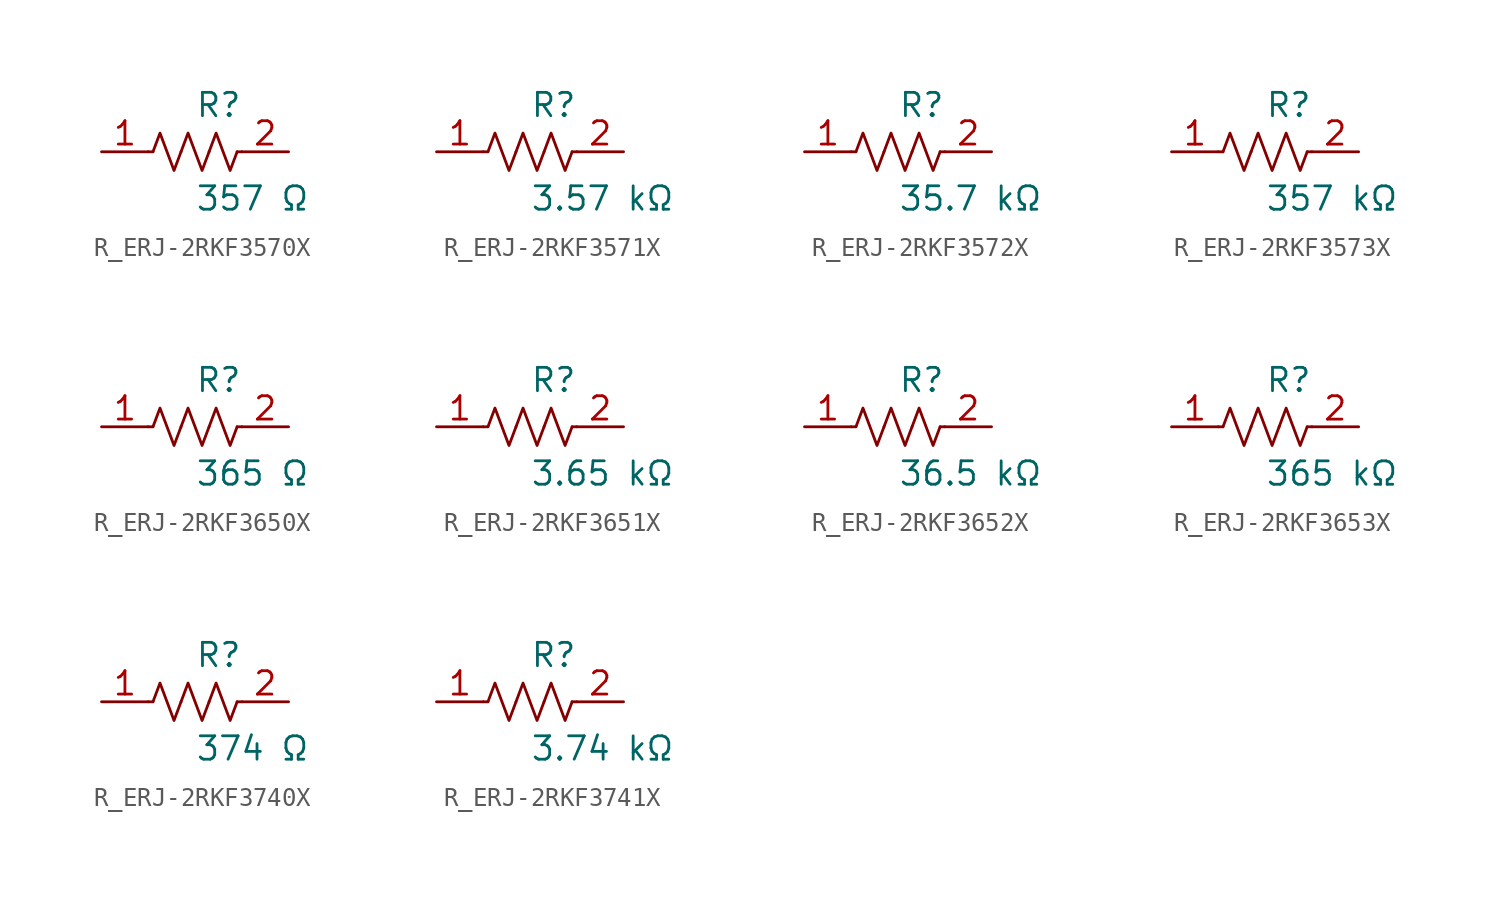
<source format=kicad_sym>
(kicad_symbol_lib
  (version 20231120)
  (generator kicad_symbol_editor)
  (generator_version 8.0)
  (symbol "R_ERJ-2RKF3570X"
    (pin_names
      (offset 0.254))
    (property "Reference" "R"
      (at 0 2.54 0)
      (effects (font (size 1.27 1.27)) (justify left)))
    (property "Value" "357 Ω"
      (at 0 -2.54 0)
      (effects (font (size 1.27 1.27)) (justify left)))
    (symbol "R_ERJ-2RKF3570X_0_1"
      (polyline (pts (xy 2.286 0) (xy 2.54 0)) (stroke (width 0) (type default)) (fill (type none)))
      (polyline (pts (xy -2.286 0) (xy -2.54 0)) (stroke (width 0) (type default)) (fill (type none)))
      (polyline (pts (xy 0.762 0) (xy 1.143 1.016) (xy 1.524 0) (xy 1.905 -1.016) (xy 2.286 0)) (stroke (width 0) (type default)) (fill (type none)))
      (polyline (pts (xy -0.762 0) (xy -0.381 1.016) (xy 0 0) (xy 0.381 -1.016) (xy 0.762 0)) (stroke (width 0) (type default)) (fill (type none)))
      (polyline (pts (xy -2.286 0) (xy -1.905 1.016) (xy -1.524 0) (xy -1.143 -1.016) (xy -0.762 0)) (stroke (width 0) (type default)) (fill (type none))))
    (pin unspecified line
      (at -5.08 0 0)
      (length 2.54)
      (name "" (effects (font (size 1.27 1.27))))
      (number "1" (effects (font (size 1.27 1.27)))))
    (pin unspecified line
      (at 5.08 0 180)
      (length 2.54)
      (name "" (effects (font (size 1.27 1.27))))
      (number "2" (effects (font (size 1.27 1.27))))))
  (symbol "R_ERJ-2RKF3571X"
    (pin_names
      (offset 0.254))
    (property "Reference" "R"
      (at 0 2.54 0)
      (effects (font (size 1.27 1.27)) (justify left)))
    (property "Value" "3.57 kΩ"
      (at 0 -2.54 0)
      (effects (font (size 1.27 1.27)) (justify left)))
    (symbol "R_ERJ-2RKF3571X_0_1"
      (polyline (pts (xy 2.286 0) (xy 2.54 0)) (stroke (width 0) (type default)) (fill (type none)))
      (polyline (pts (xy -2.286 0) (xy -2.54 0)) (stroke (width 0) (type default)) (fill (type none)))
      (polyline (pts (xy 0.762 0) (xy 1.143 1.016) (xy 1.524 0) (xy 1.905 -1.016) (xy 2.286 0)) (stroke (width 0) (type default)) (fill (type none)))
      (polyline (pts (xy -0.762 0) (xy -0.381 1.016) (xy 0 0) (xy 0.381 -1.016) (xy 0.762 0)) (stroke (width 0) (type default)) (fill (type none)))
      (polyline (pts (xy -2.286 0) (xy -1.905 1.016) (xy -1.524 0) (xy -1.143 -1.016) (xy -0.762 0)) (stroke (width 0) (type default)) (fill (type none))))
    (pin unspecified line
      (at -5.08 0 0)
      (length 2.54)
      (name "" (effects (font (size 1.27 1.27))))
      (number "1" (effects (font (size 1.27 1.27)))))
    (pin unspecified line
      (at 5.08 0 180)
      (length 2.54)
      (name "" (effects (font (size 1.27 1.27))))
      (number "2" (effects (font (size 1.27 1.27))))))
  (symbol "R_ERJ-2RKF3572X"
    (pin_names
      (offset 0.254))
    (property "Reference" "R"
      (at 0 2.54 0)
      (effects (font (size 1.27 1.27)) (justify left)))
    (property "Value" "35.7 kΩ"
      (at 0 -2.54 0)
      (effects (font (size 1.27 1.27)) (justify left)))
    (symbol "R_ERJ-2RKF3572X_0_1"
      (polyline (pts (xy 2.286 0) (xy 2.54 0)) (stroke (width 0) (type default)) (fill (type none)))
      (polyline (pts (xy -2.286 0) (xy -2.54 0)) (stroke (width 0) (type default)) (fill (type none)))
      (polyline (pts (xy 0.762 0) (xy 1.143 1.016) (xy 1.524 0) (xy 1.905 -1.016) (xy 2.286 0)) (stroke (width 0) (type default)) (fill (type none)))
      (polyline (pts (xy -0.762 0) (xy -0.381 1.016) (xy 0 0) (xy 0.381 -1.016) (xy 0.762 0)) (stroke (width 0) (type default)) (fill (type none)))
      (polyline (pts (xy -2.286 0) (xy -1.905 1.016) (xy -1.524 0) (xy -1.143 -1.016) (xy -0.762 0)) (stroke (width 0) (type default)) (fill (type none))))
    (pin unspecified line
      (at -5.08 0 0)
      (length 2.54)
      (name "" (effects (font (size 1.27 1.27))))
      (number "1" (effects (font (size 1.27 1.27)))))
    (pin unspecified line
      (at 5.08 0 180)
      (length 2.54)
      (name "" (effects (font (size 1.27 1.27))))
      (number "2" (effects (font (size 1.27 1.27))))))
  (symbol "R_ERJ-2RKF3573X"
    (pin_names
      (offset 0.254))
    (property "Reference" "R"
      (at 0 2.54 0)
      (effects (font (size 1.27 1.27)) (justify left)))
    (property "Value" "357 kΩ"
      (at 0 -2.54 0)
      (effects (font (size 1.27 1.27)) (justify left)))
    (symbol "R_ERJ-2RKF3573X_0_1"
      (polyline (pts (xy 2.286 0) (xy 2.54 0)) (stroke (width 0) (type default)) (fill (type none)))
      (polyline (pts (xy -2.286 0) (xy -2.54 0)) (stroke (width 0) (type default)) (fill (type none)))
      (polyline (pts (xy 0.762 0) (xy 1.143 1.016) (xy 1.524 0) (xy 1.905 -1.016) (xy 2.286 0)) (stroke (width 0) (type default)) (fill (type none)))
      (polyline (pts (xy -0.762 0) (xy -0.381 1.016) (xy 0 0) (xy 0.381 -1.016) (xy 0.762 0)) (stroke (width 0) (type default)) (fill (type none)))
      (polyline (pts (xy -2.286 0) (xy -1.905 1.016) (xy -1.524 0) (xy -1.143 -1.016) (xy -0.762 0)) (stroke (width 0) (type default)) (fill (type none))))
    (pin unspecified line
      (at -5.08 0 0)
      (length 2.54)
      (name "" (effects (font (size 1.27 1.27))))
      (number "1" (effects (font (size 1.27 1.27)))))
    (pin unspecified line
      (at 5.08 0 180)
      (length 2.54)
      (name "" (effects (font (size 1.27 1.27))))
      (number "2" (effects (font (size 1.27 1.27))))))
  (symbol "R_ERJ-2RKF3650X"
    (pin_names
      (offset 0.254))
    (property "Reference" "R"
      (at 0 2.54 0)
      (effects (font (size 1.27 1.27)) (justify left)))
    (property "Value" "365 Ω"
      (at 0 -2.54 0)
      (effects (font (size 1.27 1.27)) (justify left)))
    (symbol "R_ERJ-2RKF3650X_0_1"
      (polyline (pts (xy 2.286 0) (xy 2.54 0)) (stroke (width 0) (type default)) (fill (type none)))
      (polyline (pts (xy -2.286 0) (xy -2.54 0)) (stroke (width 0) (type default)) (fill (type none)))
      (polyline (pts (xy 0.762 0) (xy 1.143 1.016) (xy 1.524 0) (xy 1.905 -1.016) (xy 2.286 0)) (stroke (width 0) (type default)) (fill (type none)))
      (polyline (pts (xy -0.762 0) (xy -0.381 1.016) (xy 0 0) (xy 0.381 -1.016) (xy 0.762 0)) (stroke (width 0) (type default)) (fill (type none)))
      (polyline (pts (xy -2.286 0) (xy -1.905 1.016) (xy -1.524 0) (xy -1.143 -1.016) (xy -0.762 0)) (stroke (width 0) (type default)) (fill (type none))))
    (pin unspecified line
      (at -5.08 0 0)
      (length 2.54)
      (name "" (effects (font (size 1.27 1.27))))
      (number "1" (effects (font (size 1.27 1.27)))))
    (pin unspecified line
      (at 5.08 0 180)
      (length 2.54)
      (name "" (effects (font (size 1.27 1.27))))
      (number "2" (effects (font (size 1.27 1.27))))))
  (symbol "R_ERJ-2RKF3651X"
    (pin_names
      (offset 0.254))
    (property "Reference" "R"
      (at 0 2.54 0)
      (effects (font (size 1.27 1.27)) (justify left)))
    (property "Value" "3.65 kΩ"
      (at 0 -2.54 0)
      (effects (font (size 1.27 1.27)) (justify left)))
    (symbol "R_ERJ-2RKF3651X_0_1"
      (polyline (pts (xy 2.286 0) (xy 2.54 0)) (stroke (width 0) (type default)) (fill (type none)))
      (polyline (pts (xy -2.286 0) (xy -2.54 0)) (stroke (width 0) (type default)) (fill (type none)))
      (polyline (pts (xy 0.762 0) (xy 1.143 1.016) (xy 1.524 0) (xy 1.905 -1.016) (xy 2.286 0)) (stroke (width 0) (type default)) (fill (type none)))
      (polyline (pts (xy -0.762 0) (xy -0.381 1.016) (xy 0 0) (xy 0.381 -1.016) (xy 0.762 0)) (stroke (width 0) (type default)) (fill (type none)))
      (polyline (pts (xy -2.286 0) (xy -1.905 1.016) (xy -1.524 0) (xy -1.143 -1.016) (xy -0.762 0)) (stroke (width 0) (type default)) (fill (type none))))
    (pin unspecified line
      (at -5.08 0 0)
      (length 2.54)
      (name "" (effects (font (size 1.27 1.27))))
      (number "1" (effects (font (size 1.27 1.27)))))
    (pin unspecified line
      (at 5.08 0 180)
      (length 2.54)
      (name "" (effects (font (size 1.27 1.27))))
      (number "2" (effects (font (size 1.27 1.27))))))
  (symbol "R_ERJ-2RKF3652X"
    (pin_names
      (offset 0.254))
    (property "Reference" "R"
      (at 0 2.54 0)
      (effects (font (size 1.27 1.27)) (justify left)))
    (property "Value" "36.5 kΩ"
      (at 0 -2.54 0)
      (effects (font (size 1.27 1.27)) (justify left)))
    (symbol "R_ERJ-2RKF3652X_0_1"
      (polyline (pts (xy 2.286 0) (xy 2.54 0)) (stroke (width 0) (type default)) (fill (type none)))
      (polyline (pts (xy -2.286 0) (xy -2.54 0)) (stroke (width 0) (type default)) (fill (type none)))
      (polyline (pts (xy 0.762 0) (xy 1.143 1.016) (xy 1.524 0) (xy 1.905 -1.016) (xy 2.286 0)) (stroke (width 0) (type default)) (fill (type none)))
      (polyline (pts (xy -0.762 0) (xy -0.381 1.016) (xy 0 0) (xy 0.381 -1.016) (xy 0.762 0)) (stroke (width 0) (type default)) (fill (type none)))
      (polyline (pts (xy -2.286 0) (xy -1.905 1.016) (xy -1.524 0) (xy -1.143 -1.016) (xy -0.762 0)) (stroke (width 0) (type default)) (fill (type none))))
    (pin unspecified line
      (at -5.08 0 0)
      (length 2.54)
      (name "" (effects (font (size 1.27 1.27))))
      (number "1" (effects (font (size 1.27 1.27)))))
    (pin unspecified line
      (at 5.08 0 180)
      (length 2.54)
      (name "" (effects (font (size 1.27 1.27))))
      (number "2" (effects (font (size 1.27 1.27))))))
  (symbol "R_ERJ-2RKF3653X"
    (pin_names
      (offset 0.254))
    (property "Reference" "R"
      (at 0 2.54 0)
      (effects (font (size 1.27 1.27)) (justify left)))
    (property "Value" "365 kΩ"
      (at 0 -2.54 0)
      (effects (font (size 1.27 1.27)) (justify left)))
    (symbol "R_ERJ-2RKF3653X_0_1"
      (polyline (pts (xy 2.286 0) (xy 2.54 0)) (stroke (width 0) (type default)) (fill (type none)))
      (polyline (pts (xy -2.286 0) (xy -2.54 0)) (stroke (width 0) (type default)) (fill (type none)))
      (polyline (pts (xy 0.762 0) (xy 1.143 1.016) (xy 1.524 0) (xy 1.905 -1.016) (xy 2.286 0)) (stroke (width 0) (type default)) (fill (type none)))
      (polyline (pts (xy -0.762 0) (xy -0.381 1.016) (xy 0 0) (xy 0.381 -1.016) (xy 0.762 0)) (stroke (width 0) (type default)) (fill (type none)))
      (polyline (pts (xy -2.286 0) (xy -1.905 1.016) (xy -1.524 0) (xy -1.143 -1.016) (xy -0.762 0)) (stroke (width 0) (type default)) (fill (type none))))
    (pin unspecified line
      (at -5.08 0 0)
      (length 2.54)
      (name "" (effects (font (size 1.27 1.27))))
      (number "1" (effects (font (size 1.27 1.27)))))
    (pin unspecified line
      (at 5.08 0 180)
      (length 2.54)
      (name "" (effects (font (size 1.27 1.27))))
      (number "2" (effects (font (size 1.27 1.27))))))
  (symbol "R_ERJ-2RKF3740X"
    (pin_names
      (offset 0.254))
    (property "Reference" "R"
      (at 0 2.54 0)
      (effects (font (size 1.27 1.27)) (justify left)))
    (property "Value" "374 Ω"
      (at 0 -2.54 0)
      (effects (font (size 1.27 1.27)) (justify left)))
    (symbol "R_ERJ-2RKF3740X_0_1"
      (polyline (pts (xy 2.286 0) (xy 2.54 0)) (stroke (width 0) (type default)) (fill (type none)))
      (polyline (pts (xy -2.286 0) (xy -2.54 0)) (stroke (width 0) (type default)) (fill (type none)))
      (polyline (pts (xy 0.762 0) (xy 1.143 1.016) (xy 1.524 0) (xy 1.905 -1.016) (xy 2.286 0)) (stroke (width 0) (type default)) (fill (type none)))
      (polyline (pts (xy -0.762 0) (xy -0.381 1.016) (xy 0 0) (xy 0.381 -1.016) (xy 0.762 0)) (stroke (width 0) (type default)) (fill (type none)))
      (polyline (pts (xy -2.286 0) (xy -1.905 1.016) (xy -1.524 0) (xy -1.143 -1.016) (xy -0.762 0)) (stroke (width 0) (type default)) (fill (type none))))
    (pin unspecified line
      (at -5.08 0 0)
      (length 2.54)
      (name "" (effects (font (size 1.27 1.27))))
      (number "1" (effects (font (size 1.27 1.27)))))
    (pin unspecified line
      (at 5.08 0 180)
      (length 2.54)
      (name "" (effects (font (size 1.27 1.27))))
      (number "2" (effects (font (size 1.27 1.27))))))
  (symbol "R_ERJ-2RKF3741X"
    (pin_names
      (offset 0.254))
    (property "Reference" "R"
      (at 0 2.54 0)
      (effects (font (size 1.27 1.27)) (justify left)))
    (property "Value" "3.74 kΩ"
      (at 0 -2.54 0)
      (effects (font (size 1.27 1.27)) (justify left)))
    (symbol "R_ERJ-2RKF3741X_0_1"
      (polyline (pts (xy 2.286 0) (xy 2.54 0)) (stroke (width 0) (type default)) (fill (type none)))
      (polyline (pts (xy -2.286 0) (xy -2.54 0)) (stroke (width 0) (type default)) (fill (type none)))
      (polyline (pts (xy 0.762 0) (xy 1.143 1.016) (xy 1.524 0) (xy 1.905 -1.016) (xy 2.286 0)) (stroke (width 0) (type default)) (fill (type none)))
      (polyline (pts (xy -0.762 0) (xy -0.381 1.016) (xy 0 0) (xy 0.381 -1.016) (xy 0.762 0)) (stroke (width 0) (type default)) (fill (type none)))
      (polyline (pts (xy -2.286 0) (xy -1.905 1.016) (xy -1.524 0) (xy -1.143 -1.016) (xy -0.762 0)) (stroke (width 0) (type default)) (fill (type none))))
    (pin unspecified line
      (at -5.08 0 0)
      (length 2.54)
      (name "" (effects (font (size 1.27 1.27))))
      (number "1" (effects (font (size 1.27 1.27)))))
    (pin unspecified line
      (at 5.08 0 180)
      (length 2.54)
      (name "" (effects (font (size 1.27 1.27))))
      (number "2" (effects (font (size 1.27 1.27)))))))
</source>
